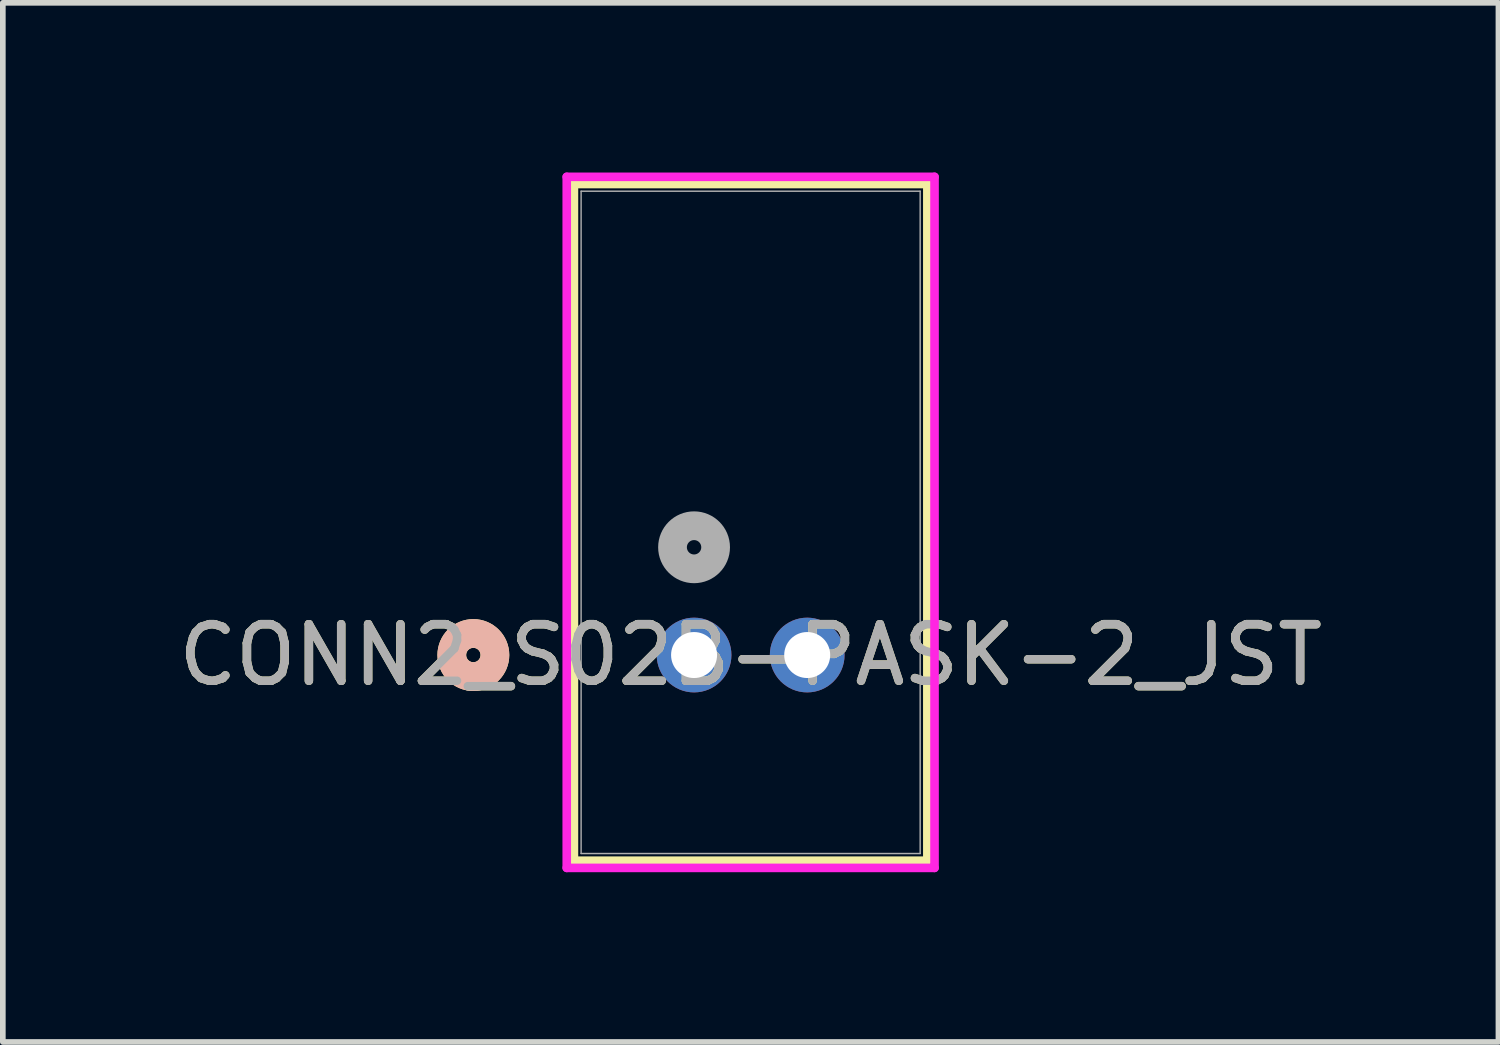
<source format=kicad_pcb>
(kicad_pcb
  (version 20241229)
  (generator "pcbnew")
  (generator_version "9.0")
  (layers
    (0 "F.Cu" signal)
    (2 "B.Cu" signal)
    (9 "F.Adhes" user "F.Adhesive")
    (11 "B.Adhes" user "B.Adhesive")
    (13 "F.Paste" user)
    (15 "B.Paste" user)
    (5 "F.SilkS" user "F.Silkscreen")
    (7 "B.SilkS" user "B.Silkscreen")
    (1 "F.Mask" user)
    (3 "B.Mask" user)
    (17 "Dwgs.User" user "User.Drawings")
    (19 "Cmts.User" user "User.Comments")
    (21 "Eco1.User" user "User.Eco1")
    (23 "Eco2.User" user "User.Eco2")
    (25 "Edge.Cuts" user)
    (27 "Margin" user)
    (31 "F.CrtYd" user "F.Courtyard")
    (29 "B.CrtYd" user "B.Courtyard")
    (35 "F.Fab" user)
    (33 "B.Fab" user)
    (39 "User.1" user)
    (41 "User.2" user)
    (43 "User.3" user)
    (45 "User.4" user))
  (footprint "CONN2_S02B-PASK-2_JST"
    (layer "F.Cu")
    (at 9.22 8.53)
    (property "Reference" "CONN2_S02B-PASK-2_JST" (at 1 0 0) (unlocked yes) (layer "F.SilkS") (effects (font (size 1 1) (thickness 0.15))))
    (attr through_hole)
    (fp_line (start -2.124 -8.327) (end -2.124 3.636) (stroke (width 0.152) (type solid)) (layer "F.SilkS"))
    (fp_line (start -2.124 3.636) (end 4.124 3.636) (stroke (width 0.152) (type solid)) (layer "F.SilkS"))
    (fp_line (start 4.124 -8.327) (end -2.124 -8.327) (stroke (width 0.152) (type solid)) (layer "F.SilkS"))
    (fp_line (start 4.124 3.636) (end 4.124 -8.327) (stroke (width 0.152) (type solid)) (layer "F.SilkS"))
    (fp_circle (center -3.902 0) (end -3.521 0) (stroke (width 0.508) (type solid)) (fill no) (layer "F.SilkS"))
    (fp_circle (center -3.902 0) (end -3.521 0) (stroke (width 0.508) (type solid)) (fill no) (layer "B.SilkS"))
    (fp_line (start -2.251 -8.454) (end -2.251 3.763) (stroke (width 0.152) (type solid)) (layer "F.CrtYd"))
    (fp_line (start -2.251 3.763) (end 4.251 3.763) (stroke (width 0.152) (type solid)) (layer "F.CrtYd"))
    (fp_line (start 4.251 -8.454) (end -2.251 -8.454) (stroke (width 0.152) (type solid)) (layer "F.CrtYd"))
    (fp_line (start 4.251 3.763) (end 4.251 -8.454) (stroke (width 0.152) (type solid)) (layer "F.CrtYd"))
    (fp_line (start -1.997 -8.2) (end -1.997 3.509) (stroke (width 0.025) (type solid)) (layer "F.Fab"))
    (fp_line (start -1.997 3.509) (end 3.997 3.509) (stroke (width 0.025) (type solid)) (layer "F.Fab"))
    (fp_line (start 3.997 -8.2) (end -1.997 -8.2) (stroke (width 0.025) (type solid)) (layer "F.Fab"))
    (fp_line (start 3.997 3.509) (end 3.997 -8.2) (stroke (width 0.025) (type solid)) (layer "F.Fab"))
    (fp_circle (center 0 -1.905) (end 0.381 -1.905) (stroke (width 0.508) (type solid)) (fill no) (layer "F.Fab"))
    (fp_text user "${REFERENCE}" (at 1 0 0) (unlocked yes) (layer "F.Fab") (effects (font (size 1 1) (thickness 0.15))))
    (pad "1" thru_hole circle (at 0 0) (size 1.321 1.321) (drill 0.813) (layers "*.Cu" "*.Mask"))
    (pad "2" thru_hole circle (at 2 0) (size 1.321 1.321) (drill 0.813) (layers "*.Cu" "*.Mask")))
  (gr_rect
    (start -3 -3)
    (end 23.44 15.37)
    (stroke (width 0.1) (type default))
    (fill no)
    (layer "Edge.Cuts")))
</source>
